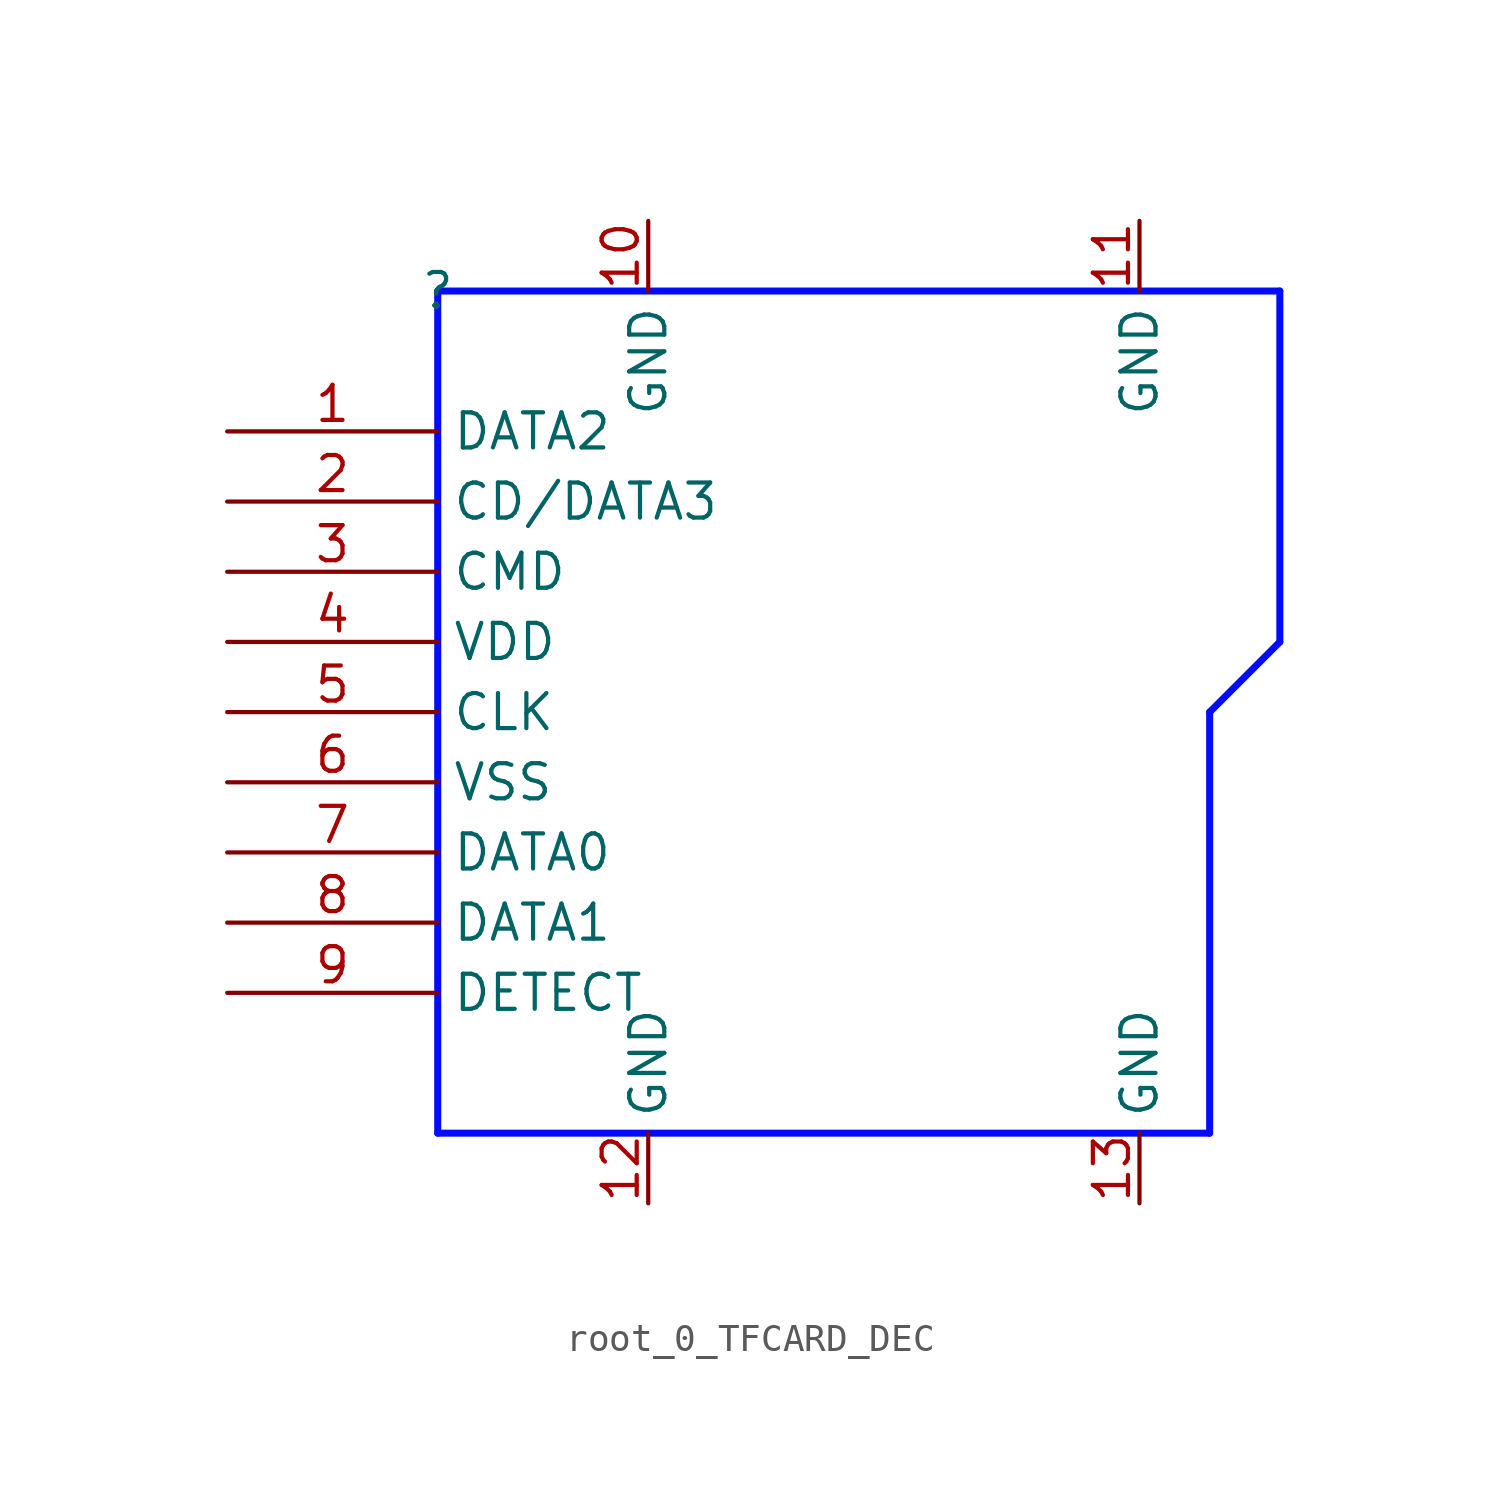
<source format=kicad_sym>
(kicad_symbol_lib
  (version 20231120)
  (generator "kicad_symbol_editor")
  (generator_version "8.0")
  (symbol "root_0_TFCARD_DEC"
    (property "Reference" ""
      (at 0 0 0)
      (effects (font (size 1.27 1.27))))
    (property "Value" ""
      (at 0 0 0)
      (effects (font (size 1.27 1.27))))
    (symbol "root_0_TFCARD_DEC_1_0"
      (polyline (pts (xy 0 -30.48) (xy 0 0)) (stroke (width 0.254) (type solid) (color 0 11 255 1)) (fill (type none)))
      (polyline (pts (xy 0 0) (xy 30.48 0)) (stroke (width 0.254) (type solid) (color 0 11 255 1)) (fill (type none)))
      (polyline (pts (xy 27.94 -30.48) (xy 0 -30.48)) (stroke (width 0.254) (type solid) (color 0 11 255 1)) (fill (type none)))
      (polyline (pts (xy 27.94 -15.24) (xy 27.94 -30.48)) (stroke (width 0.254) (type solid) (color 0 11 255 1)) (fill (type none)))
      (polyline (pts (xy 30.48 -12.7) (xy 27.94 -15.24)) (stroke (width 0.254) (type solid) (color 0 11 255 1)) (fill (type none)))
      (polyline (pts (xy 30.48 0) (xy 30.48 -12.7)) (stroke (width 0.254) (type solid) (color 0 11 255 1)) (fill (type none)))
      (pin passive line (at -7.62 -5.08 0) (length 7.62) (name "DATA2" (effects (font (size 1.27 1.27)))) (number "1" (effects (font (size 1.27 1.27)))))
      (pin passive line (at 7.62 2.54 270) (length 2.54) (name "GND" (effects (font (size 1.27 1.27)))) (number "10" (effects (font (size 1.27 1.27)))))
      (pin passive line (at 25.4 2.54 270) (length 2.54) (name "GND" (effects (font (size 1.27 1.27)))) (number "11" (effects (font (size 1.27 1.27)))))
      (pin passive line (at 7.62 -33.02 90) (length 2.54) (name "GND" (effects (font (size 1.27 1.27)))) (number "12" (effects (font (size 1.27 1.27)))))
      (pin passive line (at 25.4 -33.02 90) (length 2.54) (name "GND" (effects (font (size 1.27 1.27)))) (number "13" (effects (font (size 1.27 1.27)))))
      (pin passive line (at -7.62 -7.62 0) (length 7.62) (name "CD/DATA3" (effects (font (size 1.27 1.27)))) (number "2" (effects (font (size 1.27 1.27)))))
      (pin passive line (at -7.62 -10.16 0) (length 7.62) (name "CMD" (effects (font (size 1.27 1.27)))) (number "3" (effects (font (size 1.27 1.27)))))
      (pin passive line (at -7.62 -12.7 0) (length 7.62) (name "VDD" (effects (font (size 1.27 1.27)))) (number "4" (effects (font (size 1.27 1.27)))))
      (pin passive line (at -7.62 -15.24 0) (length 7.62) (name "CLK" (effects (font (size 1.27 1.27)))) (number "5" (effects (font (size 1.27 1.27)))))
      (pin passive line (at -7.62 -17.78 0) (length 7.62) (name "VSS" (effects (font (size 1.27 1.27)))) (number "6" (effects (font (size 1.27 1.27)))))
      (pin passive line (at -7.62 -20.32 0) (length 7.62) (name "DATA0" (effects (font (size 1.27 1.27)))) (number "7" (effects (font (size 1.27 1.27)))))
      (pin passive line (at -7.62 -22.86 0) (length 7.62) (name "DATA1" (effects (font (size 1.27 1.27)))) (number "8" (effects (font (size 1.27 1.27)))))
      (pin passive line (at -7.62 -25.4 0) (length 7.62) (name "DETECT" (effects (font (size 1.27 1.27)))) (number "9" (effects (font (size 1.27 1.27))))))))
</source>
